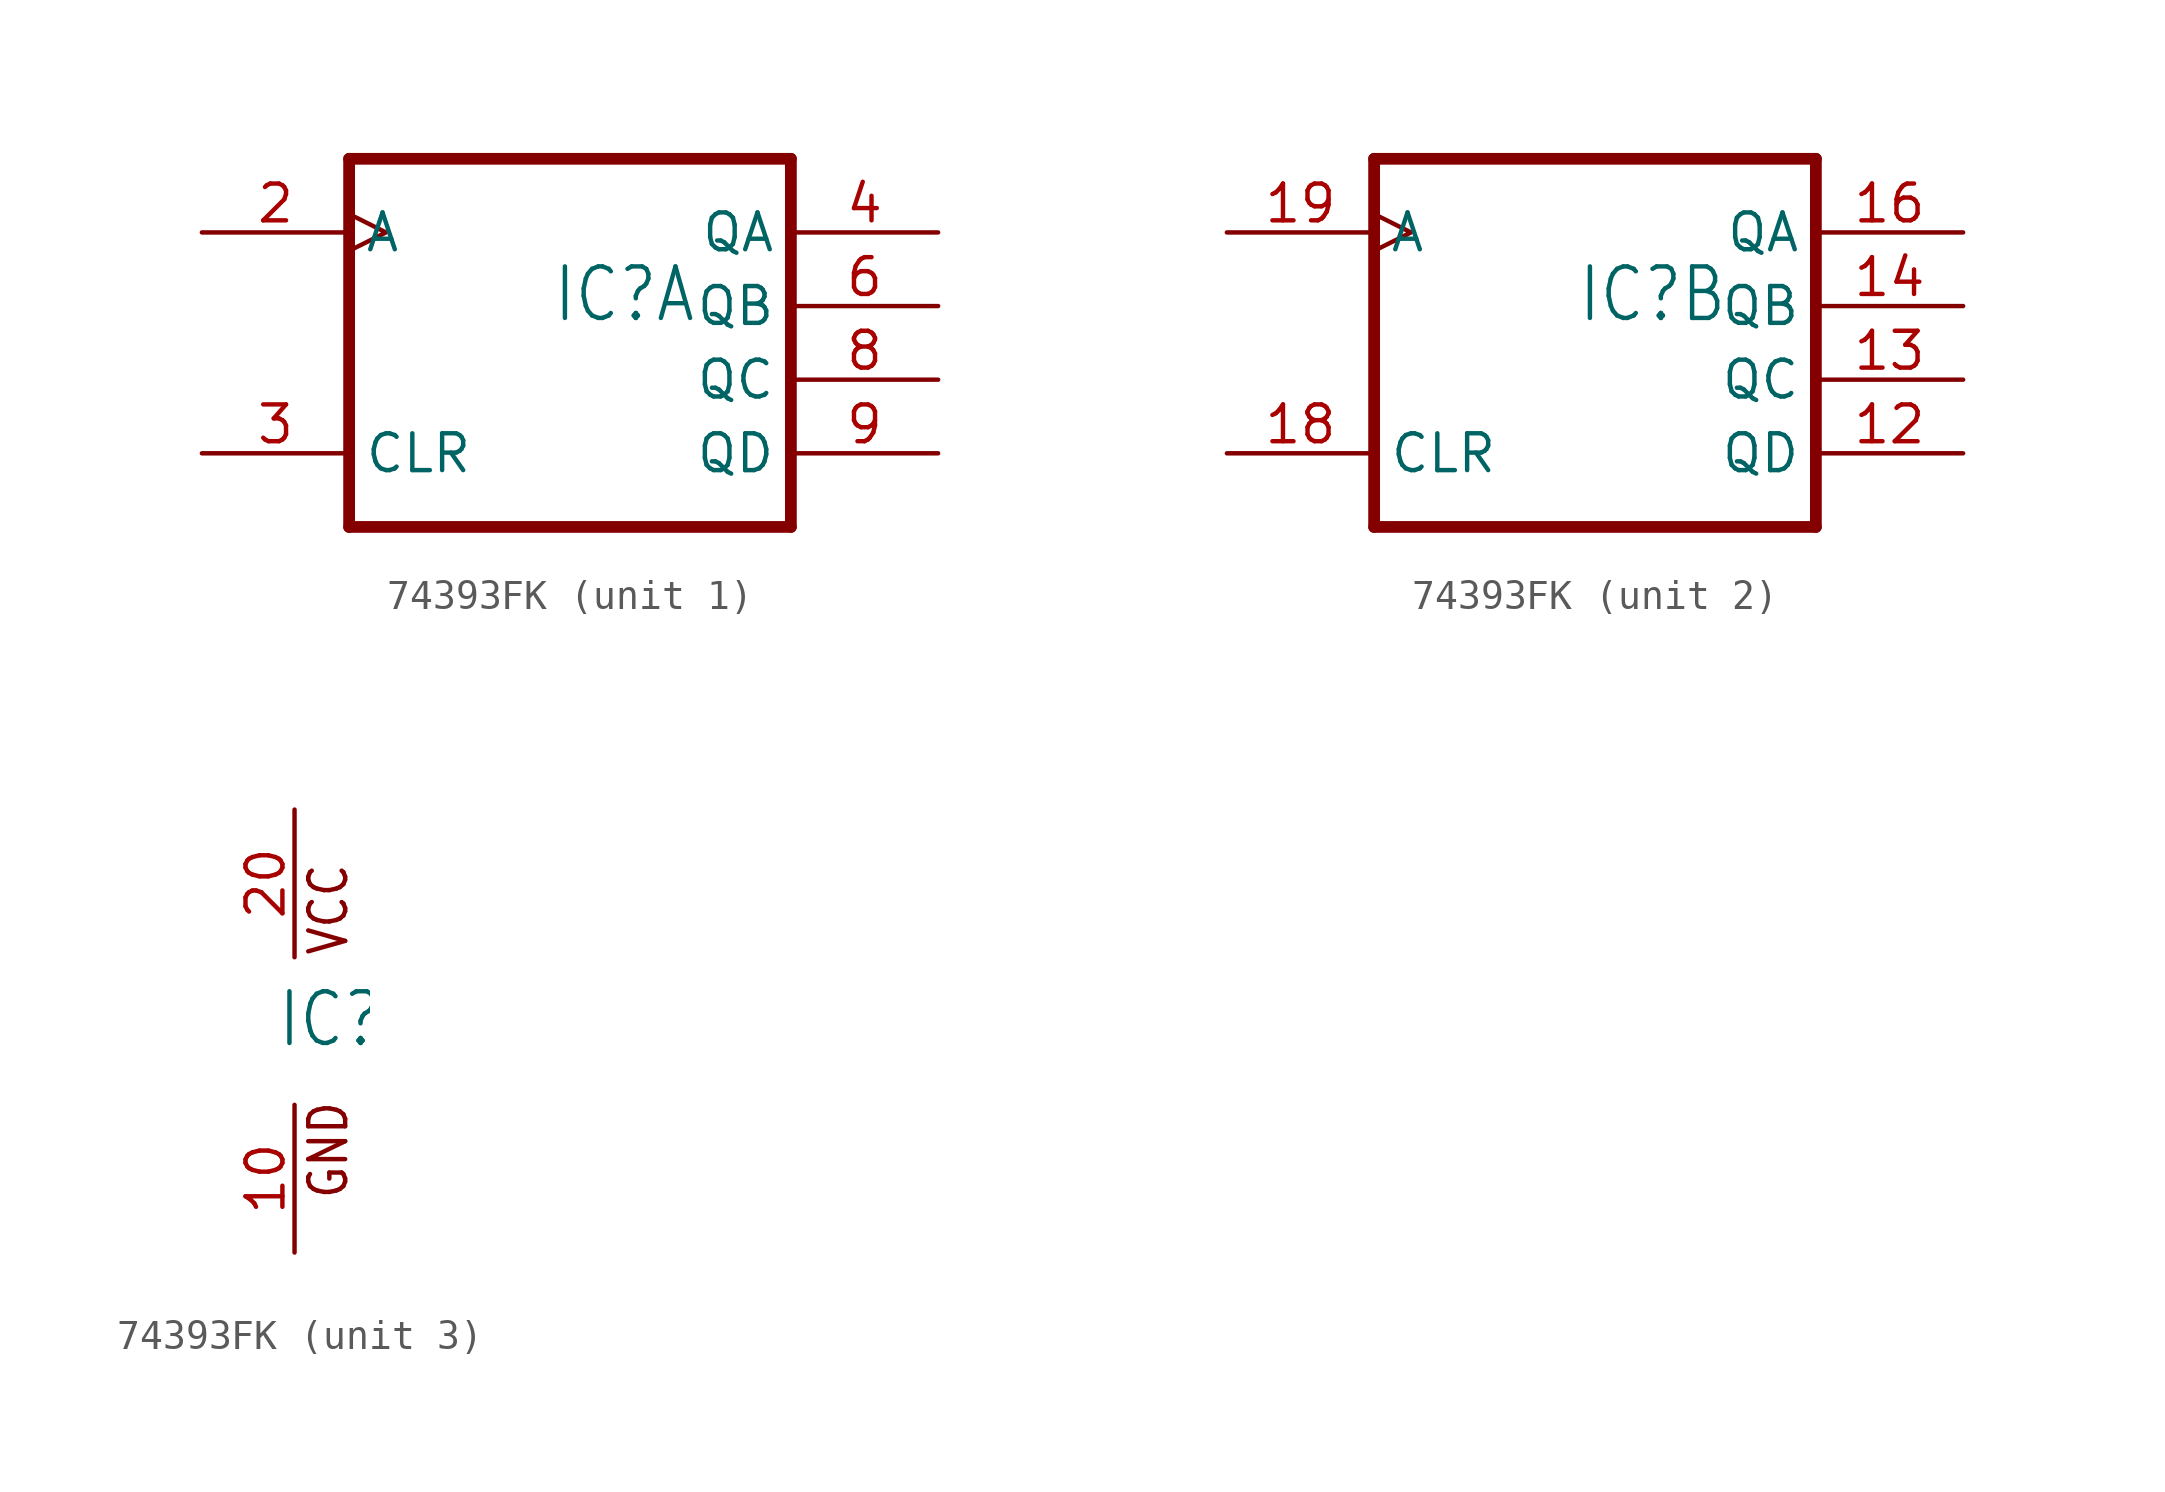
<source format=kicad_sym>
(kicad_symbol_lib
  (version 20211014)
  (generator kicad_symbol_editor)
  (symbol "74393FK"
    (property "Reference" "IC"
      (at -0.635 -0.635 0)
      (effects (font (size 1.778 1.511)) (justify left bottom)))
    (property "ki_locked" ""
      (at 0 0 0)
      (effects (font (size 1.27 1.27))))
    (symbol "74393FK_1_0"
      (polyline (pts (xy -7.62 -7.62) (xy 7.62 -7.62)) (stroke (width 0.406) (type default) (color 0 0 0 0)) (fill (type none)))
      (polyline (pts (xy -7.62 5.08) (xy -7.62 -7.62)) (stroke (width 0.406) (type default) (color 0 0 0 0)) (fill (type none)))
      (polyline (pts (xy 7.62 -7.62) (xy 7.62 5.08)) (stroke (width 0.406) (type default) (color 0 0 0 0)) (fill (type none)))
      (polyline (pts (xy 7.62 5.08) (xy -7.62 5.08)) (stroke (width 0.406) (type default) (color 0 0 0 0)) (fill (type none)))
      (pin input clock (at -12.7 2.54 0) (length 5.08) (name "A" (effects (font (size 1.27 1.27)))) (number "2" (effects (font (size 1.27 1.27)))))
      (pin input line (at -12.7 -5.08 0) (length 5.08) (name "CLR" (effects (font (size 1.27 1.27)))) (number "3" (effects (font (size 1.27 1.27)))))
      (pin output line (at 12.7 2.54 180) (length 5.08) (name "QA" (effects (font (size 1.27 1.27)))) (number "4" (effects (font (size 1.27 1.27)))))
      (pin output line (at 12.7 0 180) (length 5.08) (name "QB" (effects (font (size 1.27 1.27)))) (number "6" (effects (font (size 1.27 1.27)))))
      (pin output line (at 12.7 -2.54 180) (length 5.08) (name "QC" (effects (font (size 1.27 1.27)))) (number "8" (effects (font (size 1.27 1.27)))))
      (pin output line (at 12.7 -5.08 180) (length 5.08) (name "QD" (effects (font (size 1.27 1.27)))) (number "9" (effects (font (size 1.27 1.27))))))
    (symbol "74393FK_2_0"
      (polyline (pts (xy -7.62 -7.62) (xy 7.62 -7.62)) (stroke (width 0.406) (type default) (color 0 0 0 0)) (fill (type none)))
      (polyline (pts (xy -7.62 5.08) (xy -7.62 -7.62)) (stroke (width 0.406) (type default) (color 0 0 0 0)) (fill (type none)))
      (polyline (pts (xy 7.62 -7.62) (xy 7.62 5.08)) (stroke (width 0.406) (type default) (color 0 0 0 0)) (fill (type none)))
      (polyline (pts (xy 7.62 5.08) (xy -7.62 5.08)) (stroke (width 0.406) (type default) (color 0 0 0 0)) (fill (type none)))
      (pin output line (at 12.7 -5.08 180) (length 5.08) (name "QD" (effects (font (size 1.27 1.27)))) (number "12" (effects (font (size 1.27 1.27)))))
      (pin output line (at 12.7 -2.54 180) (length 5.08) (name "QC" (effects (font (size 1.27 1.27)))) (number "13" (effects (font (size 1.27 1.27)))))
      (pin output line (at 12.7 0 180) (length 5.08) (name "QB" (effects (font (size 1.27 1.27)))) (number "14" (effects (font (size 1.27 1.27)))))
      (pin output line (at 12.7 2.54 180) (length 5.08) (name "QA" (effects (font (size 1.27 1.27)))) (number "16" (effects (font (size 1.27 1.27)))))
      (pin input line (at -12.7 -5.08 0) (length 5.08) (name "CLR" (effects (font (size 1.27 1.27)))) (number "18" (effects (font (size 1.27 1.27)))))
      (pin input clock (at -12.7 2.54 0) (length 5.08) (name "A" (effects (font (size 1.27 1.27)))) (number "19" (effects (font (size 1.27 1.27))))))
    (symbol "74393FK_3_0"
      (text "GND" (at 1.905 -5.842 900) (effects (font (size 1.27 1.079)) (justify left bottom)))
      (text "VCC" (at 1.905 2.54 900) (effects (font (size 1.27 1.079)) (justify left bottom)))
      (pin power_in line (at 0 -7.62 90) (length 5.08) (name "GND" (effects (font (size 0 0)))) (number "10" (effects (font (size 1.27 1.27)))))
      (pin power_in line (at 0 7.62 270) (length 5.08) (name "VCC" (effects (font (size 0 0)))) (number "20" (effects (font (size 1.27 1.27))))))))
</source>
